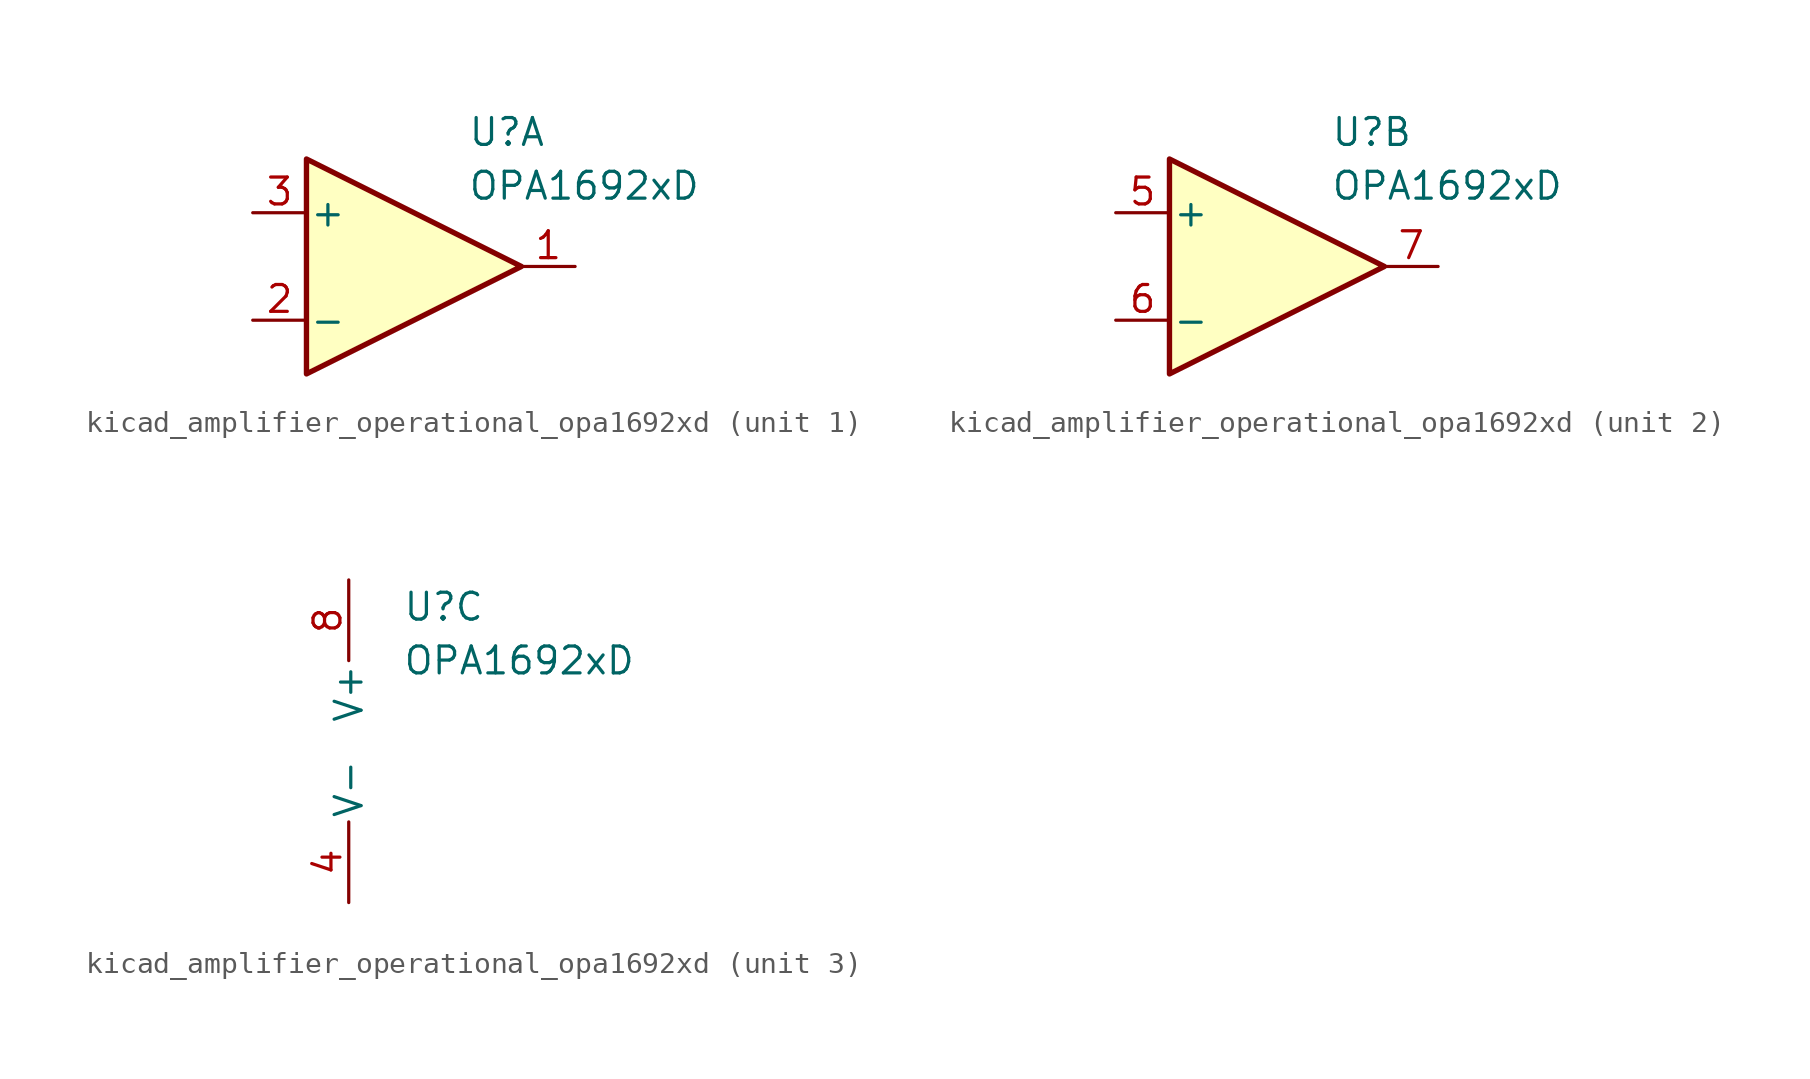
<source format=kicad_sym>
(kicad_symbol_lib
  (version 20220914)
  (generator kicad_symbol_editor)
  (symbol "kicad_amplifier_operational_opa1692xd"
    (pin_names
      (offset 0.127))
    (property "Reference" "U"
      (at 2.54 6.35 0)
      (effects (font (size 1.27 1.27)) (justify left)))
    (property "Value" "OPA1692xD"
      (at 2.54 3.81 0)
      (effects (font (size 1.27 1.27)) (justify left)))
    (property "ki_locked" ""
      (at 0 0 0)
      (effects (font (size 1.27 1.27))))
    (symbol "kicad_amplifier_operational_opa1692xd_1_1"
      (polyline (pts (xy 5.08 0) (xy -5.08 5.08) (xy -5.08 -5.08) (xy 5.08 0)) (stroke (width 0.254) (type default)) (fill (type background)))
      (pin output line (at 7.62 0 180) (length 2.54) (name "~" (effects (font (size 1.27 1.27)))) (number "1" (effects (font (size 1.27 1.27)))))
      (pin input line (at -7.62 -2.54 0) (length 2.54) (name "-" (effects (font (size 1.27 1.27)))) (number "2" (effects (font (size 1.27 1.27)))))
      (pin input line (at -7.62 2.54 0) (length 2.54) (name "+" (effects (font (size 1.27 1.27)))) (number "3" (effects (font (size 1.27 1.27))))))
    (symbol "kicad_amplifier_operational_opa1692xd_2_1"
      (polyline (pts (xy 5.08 0) (xy -5.08 5.08) (xy -5.08 -5.08) (xy 5.08 0)) (stroke (width 0.254) (type default)) (fill (type background)))
      (pin input line (at -7.62 2.54 0) (length 2.54) (name "+" (effects (font (size 1.27 1.27)))) (number "5" (effects (font (size 1.27 1.27)))))
      (pin input line (at -7.62 -2.54 0) (length 2.54) (name "-" (effects (font (size 1.27 1.27)))) (number "6" (effects (font (size 1.27 1.27)))))
      (pin output line (at 7.62 0 180) (length 2.54) (name "~" (effects (font (size 1.27 1.27)))) (number "7" (effects (font (size 1.27 1.27))))))
    (symbol "kicad_amplifier_operational_opa1692xd_3_1"
      (pin power_in line (at 0 -7.62 90) (length 3.81) (name "V-" (effects (font (size 1.27 1.27)))) (number "4" (effects (font (size 1.27 1.27)))))
      (pin power_in line (at 0 7.62 270) (length 3.81) (name "V+" (effects (font (size 1.27 1.27)))) (number "8" (effects (font (size 1.27 1.27))))))))
</source>
